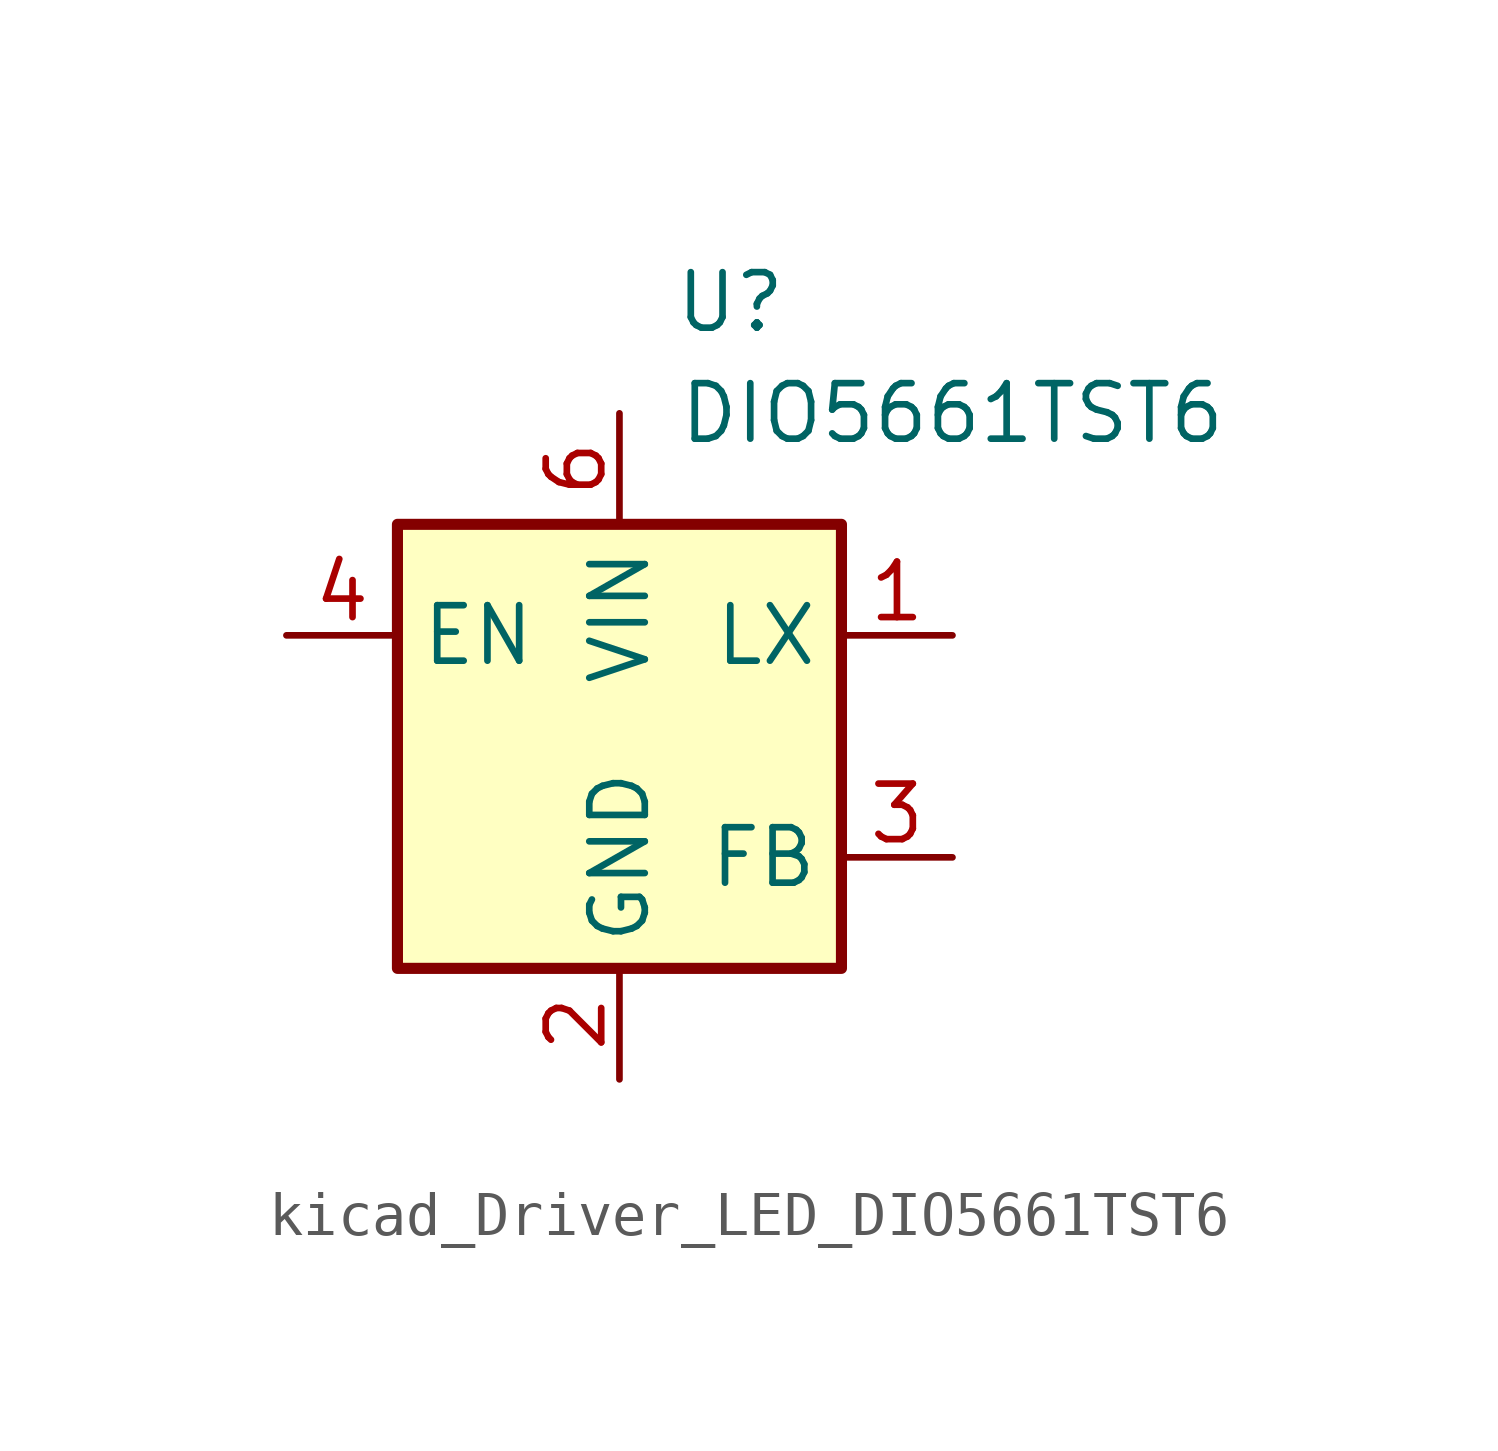
<source format=kicad_sym>
(kicad_symbol_lib
  (version 20220914)
  (generator kicad_symbol_editor)
  (symbol "kicad_Driver_LED_DIO5661TST6"
    (property "Reference" "U"
      (at 2.54 10.16 0)
      (effects (font (size 1.27 1.27))))
    (property "Value" "DIO5661TST6"
      (at 7.62 7.62 0)
      (effects (font (size 1.27 1.27))))
    (symbol "kicad_Driver_LED_DIO5661TST6_0_1"
      (rectangle (start 5.08 -5.08) (end -5.08 5.08) (stroke (width 0.254) (type default)) (fill (type background))))
    (symbol "kicad_Driver_LED_DIO5661TST6_1_1"
      (pin open_collector line (at 7.62 2.54 180) (length 2.54) (name "LX" (effects (font (size 1.27 1.27)))) (number "1" (effects (font (size 1.27 1.27)))))
      (pin power_in line (at 0 -7.62 90) (length 2.54) (name "GND" (effects (font (size 1.27 1.27)))) (number "2" (effects (font (size 1.27 1.27)))))
      (pin input line (at 7.62 -2.54 180) (length 2.54) (name "FB" (effects (font (size 1.27 1.27)))) (number "3" (effects (font (size 1.27 1.27)))))
      (pin input line (at -7.62 2.54 0) (length 2.54) (name "EN" (effects (font (size 1.27 1.27)))) (number "4" (effects (font (size 1.27 1.27)))))
      (pin no_connect line (at -5.08 -2.54 0) (length 2.54) hide (name "~" (effects (font (size 1.27 1.27)))) (number "5" (effects (font (size 1.27 1.27)))))
      (pin power_in line (at 0 7.62 270) (length 2.54) (name "VIN" (effects (font (size 1.27 1.27)))) (number "6" (effects (font (size 1.27 1.27))))))))
</source>
